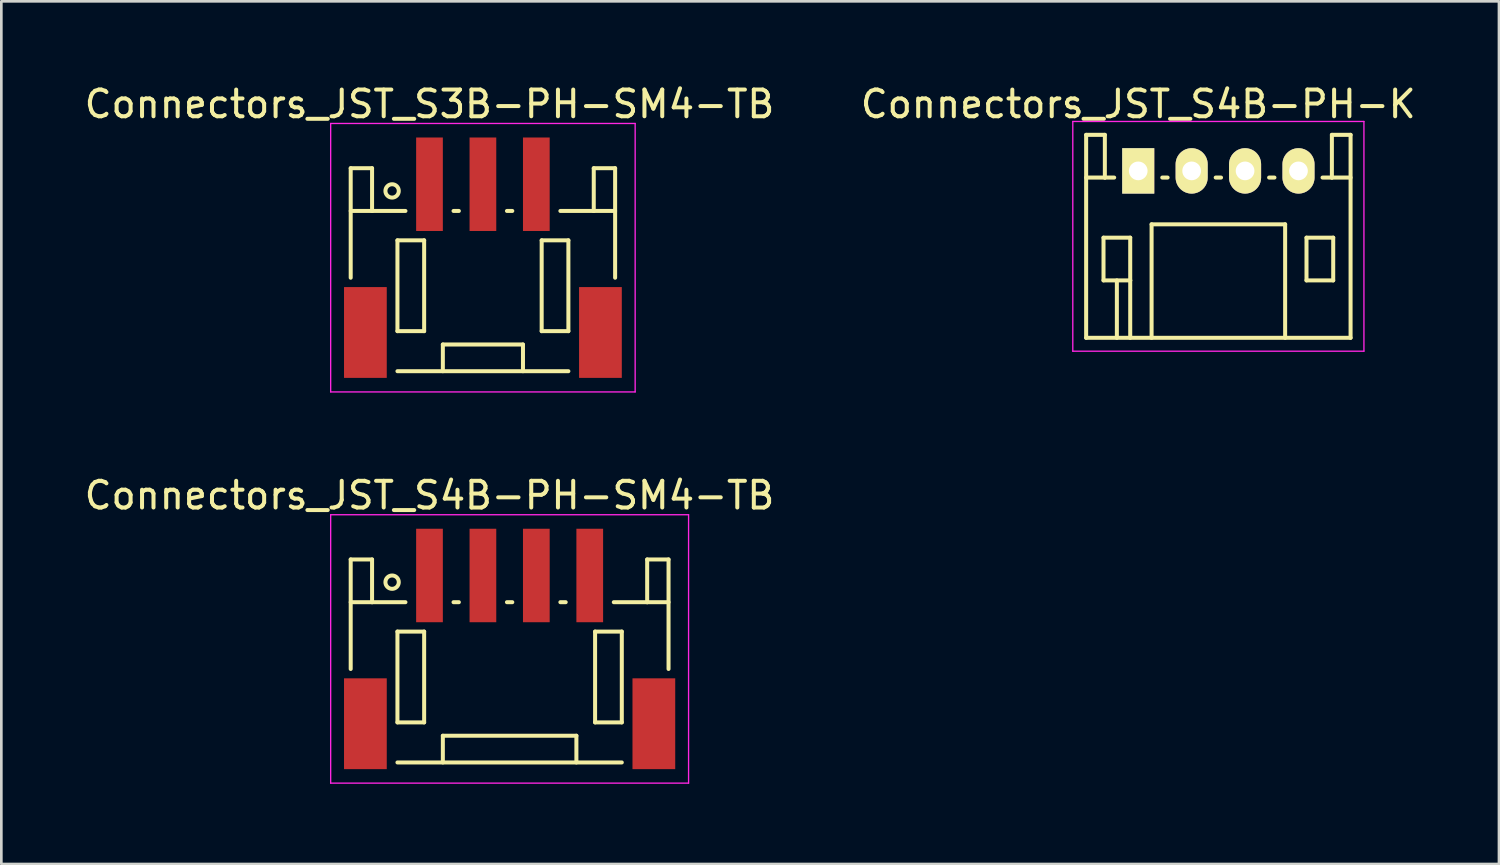
<source format=kicad_pcb>
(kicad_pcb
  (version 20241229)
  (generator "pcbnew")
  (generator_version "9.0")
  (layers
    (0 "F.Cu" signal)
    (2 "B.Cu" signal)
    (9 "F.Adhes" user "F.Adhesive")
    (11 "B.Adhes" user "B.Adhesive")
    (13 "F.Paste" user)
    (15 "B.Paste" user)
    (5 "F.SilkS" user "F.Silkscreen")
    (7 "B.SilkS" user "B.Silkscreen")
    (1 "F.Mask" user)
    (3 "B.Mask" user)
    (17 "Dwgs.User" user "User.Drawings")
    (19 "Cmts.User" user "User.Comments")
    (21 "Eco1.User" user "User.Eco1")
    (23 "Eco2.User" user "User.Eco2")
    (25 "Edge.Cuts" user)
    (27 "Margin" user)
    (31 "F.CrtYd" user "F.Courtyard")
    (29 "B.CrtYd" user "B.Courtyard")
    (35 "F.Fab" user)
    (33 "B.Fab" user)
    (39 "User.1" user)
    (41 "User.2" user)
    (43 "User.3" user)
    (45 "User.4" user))
  (footprint "Connectors_JST_S4B-PH-K"
    (layer "F.Cu")
    (at 39.565 3.348)
    (property "Reference" "Connectors_JST_S4B-PH-K" (at 0 -2.5 0) (layer "F.SilkS") (effects (font (size 1 1) (thickness 0.15))))
    (attr through_hole)
    (fp_line (start -1.95 -1.35) (end -1.95 6.25) (stroke (width 0.15) (type solid)) (layer "F.SilkS"))
    (fp_line (start -1.95 0.25) (end -1.25 0.25) (stroke (width 0.15) (type solid)) (layer "F.SilkS"))
    (fp_line (start -1.95 6.25) (end 7.95 6.25) (stroke (width 0.15) (type solid)) (layer "F.SilkS"))
    (fp_line (start -1.3 2.5) (end -1.3 4.1) (stroke (width 0.15) (type solid)) (layer "F.SilkS"))
    (fp_line (start -1.3 4.1) (end -0.3 4.1) (stroke (width 0.15) (type solid)) (layer "F.SilkS"))
    (fp_line (start -1.25 -1.35) (end -1.95 -1.35) (stroke (width 0.15) (type solid)) (layer "F.SilkS"))
    (fp_line (start -1.25 0.25) (end -1.25 -1.35) (stroke (width 0.15) (type solid)) (layer "F.SilkS"))
    (fp_line (start -0.9 0.25) (end -1.25 0.25) (stroke (width 0.15) (type solid)) (layer "F.SilkS"))
    (fp_line (start -0.8 4.1) (end -0.8 6.25) (stroke (width 0.15) (type solid)) (layer "F.SilkS"))
    (fp_line (start -0.3 2.5) (end -1.3 2.5) (stroke (width 0.15) (type solid)) (layer "F.SilkS"))
    (fp_line (start -0.3 4.1) (end -0.3 2.5) (stroke (width 0.15) (type solid)) (layer "F.SilkS"))
    (fp_line (start -0.3 4.1) (end -0.3 6.25) (stroke (width 0.15) (type solid)) (layer "F.SilkS"))
    (fp_line (start 0.5 2) (end 5.5 2) (stroke (width 0.15) (type solid)) (layer "F.SilkS"))
    (fp_line (start 0.5 6.25) (end 0.5 2) (stroke (width 0.15) (type solid)) (layer "F.SilkS"))
    (fp_line (start 0.9 0.25) (end 1.1 0.25) (stroke (width 0.15) (type solid)) (layer "F.SilkS"))
    (fp_line (start 2.9 0.25) (end 3.1 0.25) (stroke (width 0.15) (type solid)) (layer "F.SilkS"))
    (fp_line (start 4.9 0.25) (end 5.1 0.25) (stroke (width 0.15) (type solid)) (layer "F.SilkS"))
    (fp_line (start 5.5 2) (end 5.5 6.25) (stroke (width 0.15) (type solid)) (layer "F.SilkS"))
    (fp_line (start 6.3 2.5) (end 7.3 2.5) (stroke (width 0.15) (type solid)) (layer "F.SilkS"))
    (fp_line (start 6.3 4.1) (end 6.3 2.5) (stroke (width 0.15) (type solid)) (layer "F.SilkS"))
    (fp_line (start 7.25 -1.35) (end 7.25 0.25) (stroke (width 0.15) (type solid)) (layer "F.SilkS"))
    (fp_line (start 7.25 0.25) (end 6.9 0.25) (stroke (width 0.15) (type solid)) (layer "F.SilkS"))
    (fp_line (start 7.3 2.5) (end 7.3 4.1) (stroke (width 0.15) (type solid)) (layer "F.SilkS"))
    (fp_line (start 7.3 4.1) (end 6.3 4.1) (stroke (width 0.15) (type solid)) (layer "F.SilkS"))
    (fp_line (start 7.95 -1.35) (end 7.25 -1.35) (stroke (width 0.15) (type solid)) (layer "F.SilkS"))
    (fp_line (start 7.95 0.25) (end 7.25 0.25) (stroke (width 0.15) (type solid)) (layer "F.SilkS"))
    (fp_line (start 7.95 6.25) (end 7.95 -1.35) (stroke (width 0.15) (type solid)) (layer "F.SilkS"))
    (fp_line (start -2.45 -1.85) (end 8.45 -1.85) (stroke (width 0.05) (type solid)) (layer "F.CrtYd"))
    (fp_line (start -2.45 6.75) (end -2.45 -1.85) (stroke (width 0.05) (type solid)) (layer "F.CrtYd"))
    (fp_line (start 8.45 -1.85) (end 8.45 6.75) (stroke (width 0.05) (type solid)) (layer "F.CrtYd"))
    (fp_line (start 8.45 6.75) (end -2.45 6.75) (stroke (width 0.05) (type solid)) (layer "F.CrtYd"))
    (pad "1" thru_hole rect (at 0 0) (size 1.2 1.7) (drill 0.7) (layers "*.Cu" "*.Mask" "F.SilkS"))
    (pad "2" thru_hole oval (at 2 0) (size 1.2 1.7) (drill 0.7) (layers "*.Cu" "*.Mask" "F.SilkS"))
    (pad "3" thru_hole oval (at 4 0) (size 1.2 1.7) (drill 0.7) (layers "*.Cu" "*.Mask" "F.SilkS"))
    (pad "4" thru_hole oval (at 6 0) (size 1.2 1.7) (drill 0.7) (layers "*.Cu" "*.Mask" "F.SilkS")))
  (footprint "Connectors_JST_S3B-PH-SM4-TB"
    (layer "F.Cu")
    (at 15.03 6.623)
    (property "Reference" "Connectors_JST_S3B-PH-SM4-TB" (at -2 -5.775 0) (layer "F.SilkS") (effects (font (size 1 1) (thickness 0.15))))
    (attr smd)
    (fp_line (start -4.95 -3.375) (end -4.95 0.725) (stroke (width 0.15) (type solid)) (layer "F.SilkS"))
    (fp_line (start -4.15 -3.375) (end -4.95 -3.375) (stroke (width 0.15) (type solid)) (layer "F.SilkS"))
    (fp_line (start -4.15 -1.775) (end -4.95 -1.775) (stroke (width 0.15) (type solid)) (layer "F.SilkS"))
    (fp_line (start -4.15 -1.775) (end -4.15 -3.375) (stroke (width 0.15) (type solid)) (layer "F.SilkS"))
    (fp_line (start -3.2 -0.675) (end -3.2 2.725) (stroke (width 0.15) (type solid)) (layer "F.SilkS"))
    (fp_line (start -3.2 2.725) (end -2.2 2.725) (stroke (width 0.15) (type solid)) (layer "F.SilkS"))
    (fp_line (start -3.2 4.225) (end 3.2 4.225) (stroke (width 0.15) (type solid)) (layer "F.SilkS"))
    (fp_line (start -2.9 -1.775) (end -4.15 -1.775) (stroke (width 0.15) (type solid)) (layer "F.SilkS"))
    (fp_line (start -2.2 -0.675) (end -3.2 -0.675) (stroke (width 0.15) (type solid)) (layer "F.SilkS"))
    (fp_line (start -2.2 2.725) (end -2.2 -0.675) (stroke (width 0.15) (type solid)) (layer "F.SilkS"))
    (fp_line (start -1.5 3.225) (end 1.5 3.225) (stroke (width 0.15) (type solid)) (layer "F.SilkS"))
    (fp_line (start -1.5 4.225) (end -1.5 3.225) (stroke (width 0.15) (type solid)) (layer "F.SilkS"))
    (fp_line (start -1.1 -1.775) (end -0.9 -1.775) (stroke (width 0.15) (type solid)) (layer "F.SilkS"))
    (fp_line (start 0.9 -1.775) (end 1.1 -1.775) (stroke (width 0.15) (type solid)) (layer "F.SilkS"))
    (fp_line (start 1.5 3.225) (end 1.5 4.225) (stroke (width 0.15) (type solid)) (layer "F.SilkS"))
    (fp_line (start 2.2 -0.675) (end 3.2 -0.675) (stroke (width 0.15) (type solid)) (layer "F.SilkS"))
    (fp_line (start 2.2 2.725) (end 2.2 -0.675) (stroke (width 0.15) (type solid)) (layer "F.SilkS"))
    (fp_line (start 2.9 -1.775) (end 4.15 -1.775) (stroke (width 0.15) (type solid)) (layer "F.SilkS"))
    (fp_line (start 3.2 -0.675) (end 3.2 2.725) (stroke (width 0.15) (type solid)) (layer "F.SilkS"))
    (fp_line (start 3.2 2.725) (end 2.2 2.725) (stroke (width 0.15) (type solid)) (layer "F.SilkS"))
    (fp_line (start 4.15 -3.375) (end 4.95 -3.375) (stroke (width 0.15) (type solid)) (layer "F.SilkS"))
    (fp_line (start 4.15 -1.775) (end 4.15 -3.375) (stroke (width 0.15) (type solid)) (layer "F.SilkS"))
    (fp_line (start 4.15 -1.775) (end 4.95 -1.775) (stroke (width 0.15) (type solid)) (layer "F.SilkS"))
    (fp_line (start 4.95 -3.375) (end 4.95 0.725) (stroke (width 0.15) (type solid)) (layer "F.SilkS"))
    (fp_circle (center -3.4 -2.525) (end -3.15 -2.525) (stroke (width 0.15) (type solid)) (fill no) (layer "F.SilkS"))
    (fp_line (start -5.7 -5.05) (end 5.7 -5.05) (stroke (width 0.05) (type solid)) (layer "F.CrtYd"))
    (fp_line (start -5.7 5) (end -5.7 -5.05) (stroke (width 0.05) (type solid)) (layer "F.CrtYd"))
    (fp_line (start 5.7 -5.05) (end 5.7 5) (stroke (width 0.05) (type solid)) (layer "F.CrtYd"))
    (fp_line (start 5.7 5) (end -5.7 5) (stroke (width 0.05) (type solid)) (layer "F.CrtYd"))
    (pad "" smd rect (at -4.4 2.775) (size 1.6 3.4) (layers "F.Cu" "F.Mask" "F.Paste"))
    (pad "" smd rect (at 4.4 2.775) (size 1.6 3.4) (layers "F.Cu" "F.Mask" "F.Paste"))
    (pad "1" smd rect (at -2 -2.775) (size 1 3.5) (layers "F.Cu" "F.Mask" "F.Paste"))
    (pad "2" smd rect (at 0 -2.775) (size 1 3.5) (layers "F.Cu" "F.Mask" "F.Paste"))
    (pad "3" smd rect (at 2 -2.775) (size 1 3.5) (layers "F.Cu" "F.Mask" "F.Paste")))
  (footprint "Connectors_JST_S4B-PH-SM4-TB"
    (layer "F.Cu")
    (at 16.03 21.271)
    (property "Reference" "Connectors_JST_S4B-PH-SM4-TB" (at -3 -5.775 0) (layer "F.SilkS") (effects (font (size 1 1) (thickness 0.15))))
    (attr smd)
    (fp_line (start -5.95 -3.375) (end -5.95 0.725) (stroke (width 0.15) (type solid)) (layer "F.SilkS"))
    (fp_line (start -5.15 -3.375) (end -5.95 -3.375) (stroke (width 0.15) (type solid)) (layer "F.SilkS"))
    (fp_line (start -5.15 -1.775) (end -5.95 -1.775) (stroke (width 0.15) (type solid)) (layer "F.SilkS"))
    (fp_line (start -5.15 -1.775) (end -5.15 -3.375) (stroke (width 0.15) (type solid)) (layer "F.SilkS"))
    (fp_line (start -4.2 -0.675) (end -4.2 2.725) (stroke (width 0.15) (type solid)) (layer "F.SilkS"))
    (fp_line (start -4.2 2.725) (end -3.2 2.725) (stroke (width 0.15) (type solid)) (layer "F.SilkS"))
    (fp_line (start -4.2 4.225) (end 4.2 4.225) (stroke (width 0.15) (type solid)) (layer "F.SilkS"))
    (fp_line (start -3.9 -1.775) (end -5.15 -1.775) (stroke (width 0.15) (type solid)) (layer "F.SilkS"))
    (fp_line (start -3.2 -0.675) (end -4.2 -0.675) (stroke (width 0.15) (type solid)) (layer "F.SilkS"))
    (fp_line (start -3.2 2.725) (end -3.2 -0.675) (stroke (width 0.15) (type solid)) (layer "F.SilkS"))
    (fp_line (start -2.5 3.225) (end 2.5 3.225) (stroke (width 0.15) (type solid)) (layer "F.SilkS"))
    (fp_line (start -2.5 4.225) (end -2.5 3.225) (stroke (width 0.15) (type solid)) (layer "F.SilkS"))
    (fp_line (start -2.1 -1.775) (end -1.9 -1.775) (stroke (width 0.15) (type solid)) (layer "F.SilkS"))
    (fp_line (start -0.1 -1.775) (end 0.1 -1.775) (stroke (width 0.15) (type solid)) (layer "F.SilkS"))
    (fp_line (start 1.9 -1.775) (end 2.1 -1.775) (stroke (width 0.15) (type solid)) (layer "F.SilkS"))
    (fp_line (start 2.5 3.225) (end 2.5 4.225) (stroke (width 0.15) (type solid)) (layer "F.SilkS"))
    (fp_line (start 3.2 -0.675) (end 4.2 -0.675) (stroke (width 0.15) (type solid)) (layer "F.SilkS"))
    (fp_line (start 3.2 2.725) (end 3.2 -0.675) (stroke (width 0.15) (type solid)) (layer "F.SilkS"))
    (fp_line (start 3.9 -1.775) (end 5.15 -1.775) (stroke (width 0.15) (type solid)) (layer "F.SilkS"))
    (fp_line (start 4.2 -0.675) (end 4.2 2.725) (stroke (width 0.15) (type solid)) (layer "F.SilkS"))
    (fp_line (start 4.2 2.725) (end 3.2 2.725) (stroke (width 0.15) (type solid)) (layer "F.SilkS"))
    (fp_line (start 5.15 -3.375) (end 5.95 -3.375) (stroke (width 0.15) (type solid)) (layer "F.SilkS"))
    (fp_line (start 5.15 -1.775) (end 5.15 -3.375) (stroke (width 0.15) (type solid)) (layer "F.SilkS"))
    (fp_line (start 5.15 -1.775) (end 5.95 -1.775) (stroke (width 0.15) (type solid)) (layer "F.SilkS"))
    (fp_line (start 5.95 -3.375) (end 5.95 0.725) (stroke (width 0.15) (type solid)) (layer "F.SilkS"))
    (fp_circle (center -4.4 -2.525) (end -4.15 -2.525) (stroke (width 0.15) (type solid)) (fill no) (layer "F.SilkS"))
    (fp_line (start -6.7 -5.05) (end 6.7 -5.05) (stroke (width 0.05) (type solid)) (layer "F.CrtYd"))
    (fp_line (start -6.7 5) (end -6.7 -5.05) (stroke (width 0.05) (type solid)) (layer "F.CrtYd"))
    (fp_line (start 6.7 -5.05) (end 6.7 5) (stroke (width 0.05) (type solid)) (layer "F.CrtYd"))
    (fp_line (start 6.7 5) (end -6.7 5) (stroke (width 0.05) (type solid)) (layer "F.CrtYd"))
    (pad "" smd rect (at -5.4 2.775) (size 1.6 3.4) (layers "F.Cu" "F.Mask" "F.Paste"))
    (pad "" smd rect (at 5.4 2.775) (size 1.6 3.4) (layers "F.Cu" "F.Mask" "F.Paste"))
    (pad "1" smd rect (at -3 -2.775) (size 1 3.5) (layers "F.Cu" "F.Mask" "F.Paste"))
    (pad "2" smd rect (at -1 -2.775) (size 1 3.5) (layers "F.Cu" "F.Mask" "F.Paste"))
    (pad "3" smd rect (at 1 -2.775) (size 1 3.5) (layers "F.Cu" "F.Mask" "F.Paste"))
    (pad "4" smd rect (at 3 -2.775) (size 1 3.5) (layers "F.Cu" "F.Mask" "F.Paste")))
  (gr_rect
    (start -3 -3)
    (end 53.071 29.297)
    (stroke (width 0.1) (type default))
    (fill no)
    (layer "Edge.Cuts")))
</source>
